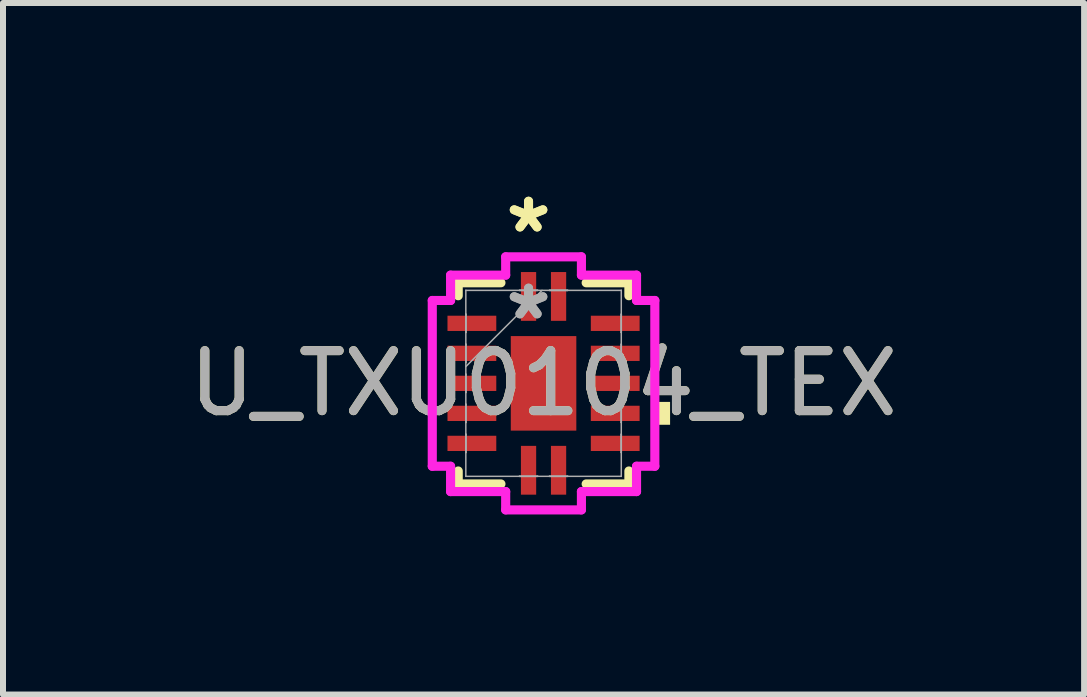
<source format=kicad_pcb>
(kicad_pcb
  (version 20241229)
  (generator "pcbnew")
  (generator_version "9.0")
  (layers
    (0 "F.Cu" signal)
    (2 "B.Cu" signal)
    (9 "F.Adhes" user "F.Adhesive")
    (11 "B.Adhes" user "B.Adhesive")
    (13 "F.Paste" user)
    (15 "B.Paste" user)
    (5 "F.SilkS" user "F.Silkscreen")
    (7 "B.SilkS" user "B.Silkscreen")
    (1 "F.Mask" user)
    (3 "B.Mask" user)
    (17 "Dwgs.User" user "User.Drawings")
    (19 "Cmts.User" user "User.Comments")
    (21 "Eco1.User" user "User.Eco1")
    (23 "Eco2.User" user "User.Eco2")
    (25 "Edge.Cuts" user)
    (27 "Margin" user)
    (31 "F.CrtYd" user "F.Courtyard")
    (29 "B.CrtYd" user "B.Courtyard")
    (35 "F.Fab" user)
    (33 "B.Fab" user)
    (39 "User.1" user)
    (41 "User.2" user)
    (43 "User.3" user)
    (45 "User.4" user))
  (footprint "U_TXU0104_TEX"
    (layer "F.Cu")
    (at 6.006 3.337)
    (property "Reference" "U_TXU0104_TEX" (at 0 0 0) (unlocked yes) (layer "F.SilkS") (effects (font (size 1 1) (thickness 0.15))))
    (attr smd)
    (fp_line (start -1.422 -1.676) (end -1.422 -1.46) (stroke (width 0.152) (type solid)) (layer "F.SilkS"))
    (fp_line (start -1.422 1.46) (end -1.422 1.676) (stroke (width 0.152) (type solid)) (layer "F.SilkS"))
    (fp_line (start -1.422 1.676) (end -0.71 1.676) (stroke (width 0.152) (type solid)) (layer "F.SilkS"))
    (fp_line (start -0.71 -1.676) (end -1.422 -1.676) (stroke (width 0.152) (type solid)) (layer "F.SilkS"))
    (fp_line (start 0.71 1.676) (end 1.422 1.676) (stroke (width 0.152) (type solid)) (layer "F.SilkS"))
    (fp_line (start 1.422 -1.676) (end 0.71 -1.676) (stroke (width 0.152) (type solid)) (layer "F.SilkS"))
    (fp_line (start 1.422 -1.46) (end 1.422 -1.676) (stroke (width 0.152) (type solid)) (layer "F.SilkS"))
    (fp_line (start 1.422 1.676) (end 1.422 1.46) (stroke (width 0.152) (type solid)) (layer "F.SilkS"))
    (fp_poly (pts (xy 2.108 0.309) (xy 2.108 0.69) (xy 1.854 0.69) (xy 1.854 0.309)) (stroke (width 0) (type solid)) (fill yes) (layer "F.SilkS"))
    (fp_line (start -1.854 -1.381) (end -1.549 -1.381) (stroke (width 0.152) (type solid)) (layer "F.CrtYd"))
    (fp_line (start -1.854 1.381) (end -1.854 -1.381) (stroke (width 0.152) (type solid)) (layer "F.CrtYd"))
    (fp_line (start -1.549 -1.803) (end -0.631 -1.803) (stroke (width 0.152) (type solid)) (layer "F.CrtYd"))
    (fp_line (start -1.549 -1.381) (end -1.549 -1.803) (stroke (width 0.152) (type solid)) (layer "F.CrtYd"))
    (fp_line (start -1.549 1.381) (end -1.854 1.381) (stroke (width 0.152) (type solid)) (layer "F.CrtYd"))
    (fp_line (start -1.549 1.803) (end -1.549 1.381) (stroke (width 0.152) (type solid)) (layer "F.CrtYd"))
    (fp_line (start -0.631 -2.108) (end 0.631 -2.108) (stroke (width 0.152) (type solid)) (layer "F.CrtYd"))
    (fp_line (start -0.631 -1.803) (end -0.631 -2.108) (stroke (width 0.152) (type solid)) (layer "F.CrtYd"))
    (fp_line (start -0.631 1.803) (end -1.549 1.803) (stroke (width 0.152) (type solid)) (layer "F.CrtYd"))
    (fp_line (start -0.631 2.108) (end -0.631 1.803) (stroke (width 0.152) (type solid)) (layer "F.CrtYd"))
    (fp_line (start 0.631 -2.108) (end 0.631 -1.803) (stroke (width 0.152) (type solid)) (layer "F.CrtYd"))
    (fp_line (start 0.631 -1.803) (end 1.549 -1.803) (stroke (width 0.152) (type solid)) (layer "F.CrtYd"))
    (fp_line (start 0.631 1.803) (end 0.631 2.108) (stroke (width 0.152) (type solid)) (layer "F.CrtYd"))
    (fp_line (start 0.631 2.108) (end -0.631 2.108) (stroke (width 0.152) (type solid)) (layer "F.CrtYd"))
    (fp_line (start 1.549 -1.803) (end 1.549 -1.381) (stroke (width 0.152) (type solid)) (layer "F.CrtYd"))
    (fp_line (start 1.549 -1.381) (end 1.854 -1.381) (stroke (width 0.152) (type solid)) (layer "F.CrtYd"))
    (fp_line (start 1.549 1.381) (end 1.549 1.803) (stroke (width 0.152) (type solid)) (layer "F.CrtYd"))
    (fp_line (start 1.549 1.803) (end 0.631 1.803) (stroke (width 0.152) (type solid)) (layer "F.CrtYd"))
    (fp_line (start 1.854 -1.381) (end 1.854 1.381) (stroke (width 0.152) (type solid)) (layer "F.CrtYd"))
    (fp_line (start 1.854 1.381) (end 1.549 1.381) (stroke (width 0.152) (type solid)) (layer "F.CrtYd"))
    (fp_line (start -1.295 -1.549) (end -1.295 -1.549) (stroke (width 0.025) (type solid)) (layer "F.Fab"))
    (fp_line (start -1.295 -1.549) (end -1.295 1.549) (stroke (width 0.025) (type solid)) (layer "F.Fab"))
    (fp_line (start -1.295 -1.152) (end -1.295 -1.152) (stroke (width 0.025) (type solid)) (layer "F.Fab"))
    (fp_line (start -1.295 -1.152) (end -1.295 -0.848) (stroke (width 0.025) (type solid)) (layer "F.Fab"))
    (fp_line (start -1.295 -0.848) (end -1.295 -1.152) (stroke (width 0.025) (type solid)) (layer "F.Fab"))
    (fp_line (start -1.295 -0.848) (end -1.295 -0.848) (stroke (width 0.025) (type solid)) (layer "F.Fab"))
    (fp_line (start -1.295 -0.652) (end -1.295 -0.652) (stroke (width 0.025) (type solid)) (layer "F.Fab"))
    (fp_line (start -1.295 -0.652) (end -1.295 -0.348) (stroke (width 0.025) (type solid)) (layer "F.Fab"))
    (fp_line (start -1.295 -0.348) (end -1.295 -0.652) (stroke (width 0.025) (type solid)) (layer "F.Fab"))
    (fp_line (start -1.295 -0.348) (end -1.295 -0.348) (stroke (width 0.025) (type solid)) (layer "F.Fab"))
    (fp_line (start -1.295 -0.279) (end -0.025 -1.549) (stroke (width 0.025) (type solid)) (layer "F.Fab"))
    (fp_line (start -1.295 -0.152) (end -1.295 -0.152) (stroke (width 0.025) (type solid)) (layer "F.Fab"))
    (fp_line (start -1.295 -0.152) (end -1.295 0.152) (stroke (width 0.025) (type solid)) (layer "F.Fab"))
    (fp_line (start -1.295 0.152) (end -1.295 -0.152) (stroke (width 0.025) (type solid)) (layer "F.Fab"))
    (fp_line (start -1.295 0.152) (end -1.295 0.152) (stroke (width 0.025) (type solid)) (layer "F.Fab"))
    (fp_line (start -1.295 0.348) (end -1.295 0.348) (stroke (width 0.025) (type solid)) (layer "F.Fab"))
    (fp_line (start -1.295 0.348) (end -1.295 0.652) (stroke (width 0.025) (type solid)) (layer "F.Fab"))
    (fp_line (start -1.295 0.652) (end -1.295 0.348) (stroke (width 0.025) (type solid)) (layer "F.Fab"))
    (fp_line (start -1.295 0.652) (end -1.295 0.652) (stroke (width 0.025) (type solid)) (layer "F.Fab"))
    (fp_line (start -1.295 0.848) (end -1.295 0.848) (stroke (width 0.025) (type solid)) (layer "F.Fab"))
    (fp_line (start -1.295 0.848) (end -1.295 1.152) (stroke (width 0.025) (type solid)) (layer "F.Fab"))
    (fp_line (start -1.295 1.152) (end -1.295 0.848) (stroke (width 0.025) (type solid)) (layer "F.Fab"))
    (fp_line (start -1.295 1.152) (end -1.295 1.152) (stroke (width 0.025) (type solid)) (layer "F.Fab"))
    (fp_line (start -1.295 1.549) (end -1.295 1.549) (stroke (width 0.025) (type solid)) (layer "F.Fab"))
    (fp_line (start -1.295 1.549) (end 1.295 1.549) (stroke (width 0.025) (type solid)) (layer "F.Fab"))
    (fp_line (start -0.402 -1.549) (end -0.402 -1.549) (stroke (width 0.025) (type solid)) (layer "F.Fab"))
    (fp_line (start -0.402 -1.549) (end -0.098 -1.549) (stroke (width 0.025) (type solid)) (layer "F.Fab"))
    (fp_line (start -0.402 1.549) (end -0.402 1.549) (stroke (width 0.025) (type solid)) (layer "F.Fab"))
    (fp_line (start -0.402 1.549) (end -0.098 1.549) (stroke (width 0.025) (type solid)) (layer "F.Fab"))
    (fp_line (start -0.098 -1.549) (end -0.402 -1.549) (stroke (width 0.025) (type solid)) (layer "F.Fab"))
    (fp_line (start -0.098 -1.549) (end -0.098 -1.549) (stroke (width 0.025) (type solid)) (layer "F.Fab"))
    (fp_line (start -0.098 1.549) (end -0.402 1.549) (stroke (width 0.025) (type solid)) (layer "F.Fab"))
    (fp_line (start -0.098 1.549) (end -0.098 1.549) (stroke (width 0.025) (type solid)) (layer "F.Fab"))
    (fp_line (start 0.098 -1.549) (end 0.098 -1.549) (stroke (width 0.025) (type solid)) (layer "F.Fab"))
    (fp_line (start 0.098 -1.549) (end 0.402 -1.549) (stroke (width 0.025) (type solid)) (layer "F.Fab"))
    (fp_line (start 0.098 1.549) (end 0.098 1.549) (stroke (width 0.025) (type solid)) (layer "F.Fab"))
    (fp_line (start 0.098 1.549) (end 0.402 1.549) (stroke (width 0.025) (type solid)) (layer "F.Fab"))
    (fp_line (start 0.402 -1.549) (end 0.098 -1.549) (stroke (width 0.025) (type solid)) (layer "F.Fab"))
    (fp_line (start 0.402 -1.549) (end 0.402 -1.549) (stroke (width 0.025) (type solid)) (layer "F.Fab"))
    (fp_line (start 0.402 1.549) (end 0.098 1.549) (stroke (width 0.025) (type solid)) (layer "F.Fab"))
    (fp_line (start 0.402 1.549) (end 0.402 1.549) (stroke (width 0.025) (type solid)) (layer "F.Fab"))
    (fp_line (start 1.295 -1.549) (end -1.295 -1.549) (stroke (width 0.025) (type solid)) (layer "F.Fab"))
    (fp_line (start 1.295 -1.549) (end 1.295 -1.549) (stroke (width 0.025) (type solid)) (layer "F.Fab"))
    (fp_line (start 1.295 -1.152) (end 1.295 -1.152) (stroke (width 0.025) (type solid)) (layer "F.Fab"))
    (fp_line (start 1.295 -1.152) (end 1.295 -0.848) (stroke (width 0.025) (type solid)) (layer "F.Fab"))
    (fp_line (start 1.295 -0.848) (end 1.295 -1.152) (stroke (width 0.025) (type solid)) (layer "F.Fab"))
    (fp_line (start 1.295 -0.848) (end 1.295 -0.848) (stroke (width 0.025) (type solid)) (layer "F.Fab"))
    (fp_line (start 1.295 -0.652) (end 1.295 -0.652) (stroke (width 0.025) (type solid)) (layer "F.Fab"))
    (fp_line (start 1.295 -0.652) (end 1.295 -0.348) (stroke (width 0.025) (type solid)) (layer "F.Fab"))
    (fp_line (start 1.295 -0.348) (end 1.295 -0.652) (stroke (width 0.025) (type solid)) (layer "F.Fab"))
    (fp_line (start 1.295 -0.348) (end 1.295 -0.348) (stroke (width 0.025) (type solid)) (layer "F.Fab"))
    (fp_line (start 1.295 -0.152) (end 1.295 -0.152) (stroke (width 0.025) (type solid)) (layer "F.Fab"))
    (fp_line (start 1.295 -0.152) (end 1.295 0.152) (stroke (width 0.025) (type solid)) (layer "F.Fab"))
    (fp_line (start 1.295 0.152) (end 1.295 -0.152) (stroke (width 0.025) (type solid)) (layer "F.Fab"))
    (fp_line (start 1.295 0.152) (end 1.295 0.152) (stroke (width 0.025) (type solid)) (layer "F.Fab"))
    (fp_line (start 1.295 0.348) (end 1.295 0.348) (stroke (width 0.025) (type solid)) (layer "F.Fab"))
    (fp_line (start 1.295 0.348) (end 1.295 0.652) (stroke (width 0.025) (type solid)) (layer "F.Fab"))
    (fp_line (start 1.295 0.652) (end 1.295 0.348) (stroke (width 0.025) (type solid)) (layer "F.Fab"))
    (fp_line (start 1.295 0.652) (end 1.295 0.652) (stroke (width 0.025) (type solid)) (layer "F.Fab"))
    (fp_line (start 1.295 0.848) (end 1.295 0.848) (stroke (width 0.025) (type solid)) (layer "F.Fab"))
    (fp_line (start 1.295 0.848) (end 1.295 1.152) (stroke (width 0.025) (type solid)) (layer "F.Fab"))
    (fp_line (start 1.295 1.152) (end 1.295 0.848) (stroke (width 0.025) (type solid)) (layer "F.Fab"))
    (fp_line (start 1.295 1.152) (end 1.295 1.152) (stroke (width 0.025) (type solid)) (layer "F.Fab"))
    (fp_line (start 1.295 1.549) (end 1.295 -1.549) (stroke (width 0.025) (type solid)) (layer "F.Fab"))
    (fp_line (start 1.295 1.549) (end 1.295 1.549) (stroke (width 0.025) (type solid)) (layer "F.Fab"))
    (fp_text user "*" (at -0.25 -2.489 0) (layer "F.SilkS") (effects (font (size 1 1) (thickness 0.15))))
    (fp_text user "*" (at -0.25 -2.489 0) (unlocked yes) (layer "F.SilkS") (effects (font (size 1 1) (thickness 0.15))))
    (fp_text user "*" (at -0.25 -1.041 0) (unlocked yes) (layer "F.Fab") (effects (font (size 1 1) (thickness 0.15))))
    (fp_text user "${REFERENCE}" (at 0 0 0) (unlocked yes) (layer "F.Fab") (effects (font (size 1 1) (thickness 0.15))))
    (fp_text user "*" (at -0.25 -1.041 0) (layer "F.Fab") (effects (font (size 1 1) (thickness 0.15))))
    (pad "1" smd rect (at -0.25 -1.448) (size 0.254 0.813) (layers "F.Cu" "F.Mask" "F.Paste"))
    (pad "2" smd rect (at -1.194 -1 90) (size 0.254 0.813) (layers "F.Cu" "F.Mask" "F.Paste"))
    (pad "3" smd rect (at -1.194 -0.5 90) (size 0.254 0.813) (layers "F.Cu" "F.Mask" "F.Paste"))
    (pad "4" smd rect (at -1.194 0 90) (size 0.254 0.813) (layers "F.Cu" "F.Mask" "F.Paste"))
    (pad "5" smd rect (at -1.194 0.5 90) (size 0.254 0.813) (layers "F.Cu" "F.Mask" "F.Paste"))
    (pad "6" smd rect (at -1.194 1 90) (size 0.254 0.813) (layers "F.Cu" "F.Mask" "F.Paste"))
    (pad "7" smd rect (at -0.25 1.448) (size 0.254 0.813) (layers "F.Cu" "F.Mask" "F.Paste"))
    (pad "8" smd rect (at 0.25 1.448) (size 0.254 0.813) (layers "F.Cu" "F.Mask" "F.Paste"))
    (pad "9" smd rect (at 1.194 1 90) (size 0.254 0.813) (layers "F.Cu" "F.Mask" "F.Paste"))
    (pad "10" smd rect (at 1.194 0.5 90) (size 0.254 0.813) (layers "F.Cu" "F.Mask" "F.Paste"))
    (pad "11" smd rect (at 1.194 0 90) (size 0.254 0.813) (layers "F.Cu" "F.Mask" "F.Paste"))
    (pad "12" smd rect (at 1.194 -0.5 90) (size 0.254 0.813) (layers "F.Cu" "F.Mask" "F.Paste"))
    (pad "13" smd rect (at 1.194 -1 90) (size 0.254 0.813) (layers "F.Cu" "F.Mask" "F.Paste"))
    (pad "14" smd rect (at 0.25 -1.448) (size 0.254 0.813) (layers "F.Cu" "F.Mask" "F.Paste"))
    (pad "15" smd rect (at 0 0) (size 1.092 1.575) (layers "F.Cu" "F.Mask" "F.Paste")))
  (gr_rect
    (start -3 -3)
    (end 15.012 8.522)
    (stroke (width 0.1) (type default))
    (fill no)
    (layer "Edge.Cuts")))
</source>
